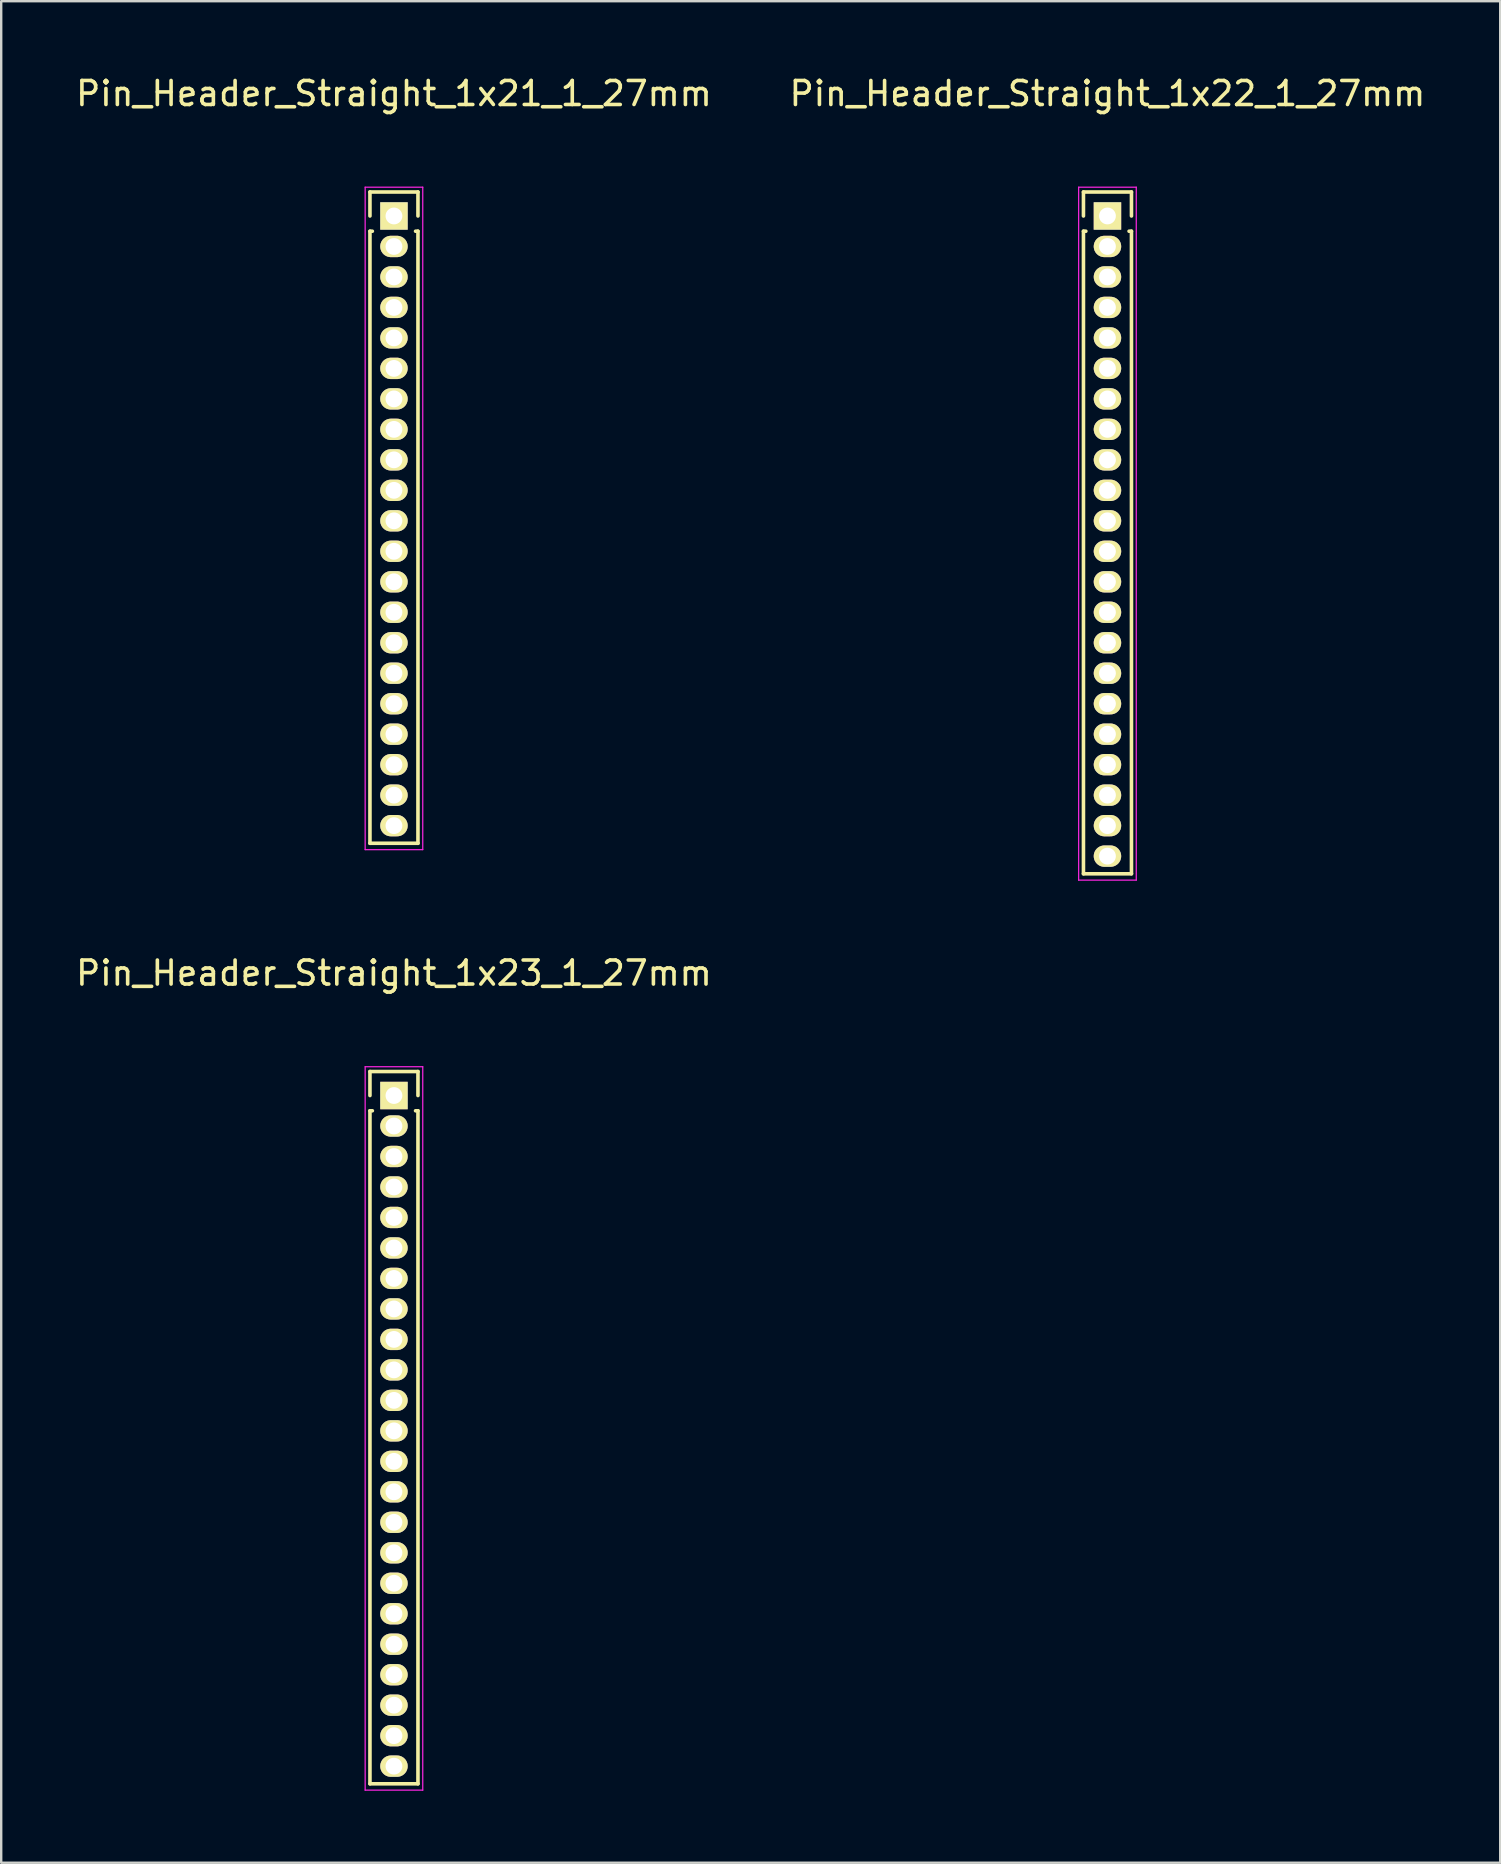
<source format=kicad_pcb>
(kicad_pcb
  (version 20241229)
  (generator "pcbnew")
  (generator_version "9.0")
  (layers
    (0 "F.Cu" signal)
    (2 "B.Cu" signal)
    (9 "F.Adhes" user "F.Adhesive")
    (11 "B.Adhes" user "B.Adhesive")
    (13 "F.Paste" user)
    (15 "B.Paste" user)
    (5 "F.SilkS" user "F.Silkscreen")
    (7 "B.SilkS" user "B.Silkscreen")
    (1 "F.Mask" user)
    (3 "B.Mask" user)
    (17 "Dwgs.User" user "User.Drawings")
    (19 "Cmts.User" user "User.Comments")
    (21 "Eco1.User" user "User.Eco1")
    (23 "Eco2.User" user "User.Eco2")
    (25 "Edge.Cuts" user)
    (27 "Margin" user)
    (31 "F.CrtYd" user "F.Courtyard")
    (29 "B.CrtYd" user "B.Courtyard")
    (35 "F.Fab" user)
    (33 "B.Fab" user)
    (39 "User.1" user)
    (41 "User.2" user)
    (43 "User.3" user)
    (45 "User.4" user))
  (footprint "Pin_Header_Straight_1x22_1_27mm"
    (layer "F.Cu")
    (at 43.089 5.948)
    (property "Reference" "Pin_Header_Straight_1x22_1_27mm" (at 0 -5.1 0) (layer "F.SilkS") (effects (font (size 1 1) (thickness 0.15))))
    (attr through_hole)
    (fp_line (start -1 -1) (end 1 -1) (stroke (width 0.15) (type solid)) (layer "F.SilkS"))
    (fp_line (start -1 0) (end -1 -1) (stroke (width 0.15) (type solid)) (layer "F.SilkS"))
    (fp_line (start -1 0.635) (end -1 27.405) (stroke (width 0.15) (type solid)) (layer "F.SilkS"))
    (fp_line (start -1 27.405) (end 1 27.405) (stroke (width 0.15) (type solid)) (layer "F.SilkS"))
    (fp_line (start -0.9 0.635) (end -1 0.635) (stroke (width 0.15) (type solid)) (layer "F.SilkS"))
    (fp_line (start 0.9 0.635) (end 1 0.635) (stroke (width 0.15) (type solid)) (layer "F.SilkS"))
    (fp_line (start 1 -1) (end 1 0) (stroke (width 0.15) (type solid)) (layer "F.SilkS"))
    (fp_line (start 1 0.635) (end 1 27.405) (stroke (width 0.15) (type solid)) (layer "F.SilkS"))
    (fp_line (start -1.2 -1.2) (end -1.2 27.67) (stroke (width 0.05) (type solid)) (layer "F.CrtYd"))
    (fp_line (start -1.2 -1.2) (end 1.2 -1.2) (stroke (width 0.05) (type solid)) (layer "F.CrtYd"))
    (fp_line (start -1.2 27.67) (end 1.2 27.67) (stroke (width 0.05) (type solid)) (layer "F.CrtYd"))
    (fp_line (start 1.2 -1.2) (end 1.2 27.67) (stroke (width 0.05) (type solid)) (layer "F.CrtYd"))
    (pad "1" thru_hole rect (at 0 0) (size 1.143 1.143) (drill 0.7) (layers "*.Cu" "*.Mask" "F.SilkS"))
    (pad "2" thru_hole oval (at 0 1.27) (size 1.143 0.889) (drill 0.7) (layers "*.Cu" "*.Mask" "F.SilkS"))
    (pad "3" thru_hole oval (at 0 2.54) (size 1.143 0.889) (drill 0.7) (layers "*.Cu" "*.Mask" "F.SilkS"))
    (pad "4" thru_hole oval (at 0 3.81) (size 1.143 0.889) (drill 0.7) (layers "*.Cu" "*.Mask" "F.SilkS"))
    (pad "5" thru_hole oval (at 0 5.08) (size 1.143 0.889) (drill 0.7) (layers "*.Cu" "*.Mask" "F.SilkS"))
    (pad "6" thru_hole oval (at 0 6.35) (size 1.143 0.889) (drill 0.7) (layers "*.Cu" "*.Mask" "F.SilkS"))
    (pad "7" thru_hole oval (at 0 7.62) (size 1.143 0.889) (drill 0.7) (layers "*.Cu" "*.Mask" "F.SilkS"))
    (pad "8" thru_hole oval (at 0 8.89) (size 1.143 0.889) (drill 0.7) (layers "*.Cu" "*.Mask" "F.SilkS"))
    (pad "9" thru_hole oval (at 0 10.16) (size 1.143 0.889) (drill 0.7) (layers "*.Cu" "*.Mask" "F.SilkS"))
    (pad "10" thru_hole oval (at 0 11.43) (size 1.143 0.889) (drill 0.7) (layers "*.Cu" "*.Mask" "F.SilkS"))
    (pad "11" thru_hole oval (at 0 12.7) (size 1.143 0.889) (drill 0.7) (layers "*.Cu" "*.Mask" "F.SilkS"))
    (pad "12" thru_hole oval (at 0 13.97) (size 1.143 0.889) (drill 0.7) (layers "*.Cu" "*.Mask" "F.SilkS"))
    (pad "13" thru_hole oval (at 0 15.24) (size 1.143 0.889) (drill 0.7) (layers "*.Cu" "*.Mask" "F.SilkS"))
    (pad "14" thru_hole oval (at 0 16.51) (size 1.143 0.889) (drill 0.7) (layers "*.Cu" "*.Mask" "F.SilkS"))
    (pad "15" thru_hole oval (at 0 17.78) (size 1.143 0.889) (drill 0.7) (layers "*.Cu" "*.Mask" "F.SilkS"))
    (pad "16" thru_hole oval (at 0 19.05) (size 1.143 0.889) (drill 0.7) (layers "*.Cu" "*.Mask" "F.SilkS"))
    (pad "17" thru_hole oval (at 0 20.32) (size 1.143 0.889) (drill 0.7) (layers "*.Cu" "*.Mask" "F.SilkS"))
    (pad "18" thru_hole oval (at 0 21.59) (size 1.143 0.889) (drill 0.7) (layers "*.Cu" "*.Mask" "F.SilkS"))
    (pad "19" thru_hole oval (at 0 22.86) (size 1.143 0.889) (drill 0.7) (layers "*.Cu" "*.Mask" "F.SilkS"))
    (pad "20" thru_hole oval (at 0 24.13) (size 1.143 0.889) (drill 0.7) (layers "*.Cu" "*.Mask" "F.SilkS"))
    (pad "21" thru_hole oval (at 0 25.4) (size 1.143 0.889) (drill 0.7) (layers "*.Cu" "*.Mask" "F.SilkS"))
    (pad "22" thru_hole oval (at 0 26.67) (size 1.143 0.889) (drill 0.7) (layers "*.Cu" "*.Mask" "F.SilkS")))
  (footprint "Pin_Header_Straight_1x21_1_27mm"
    (layer "F.Cu")
    (at 13.363 5.948)
    (property "Reference" "Pin_Header_Straight_1x21_1_27mm" (at 0 -5.1 0) (layer "F.SilkS") (effects (font (size 1 1) (thickness 0.15))))
    (attr through_hole)
    (fp_line (start -1 -1) (end 1 -1) (stroke (width 0.15) (type solid)) (layer "F.SilkS"))
    (fp_line (start -1 0) (end -1 -1) (stroke (width 0.15) (type solid)) (layer "F.SilkS"))
    (fp_line (start -1 0.635) (end -1 26.135) (stroke (width 0.15) (type solid)) (layer "F.SilkS"))
    (fp_line (start -1 26.135) (end 1 26.135) (stroke (width 0.15) (type solid)) (layer "F.SilkS"))
    (fp_line (start -0.9 0.635) (end -1 0.635) (stroke (width 0.15) (type solid)) (layer "F.SilkS"))
    (fp_line (start 0.9 0.635) (end 1 0.635) (stroke (width 0.15) (type solid)) (layer "F.SilkS"))
    (fp_line (start 1 -1) (end 1 0) (stroke (width 0.15) (type solid)) (layer "F.SilkS"))
    (fp_line (start 1 0.635) (end 1 26.135) (stroke (width 0.15) (type solid)) (layer "F.SilkS"))
    (fp_line (start -1.2 -1.2) (end -1.2 26.4) (stroke (width 0.05) (type solid)) (layer "F.CrtYd"))
    (fp_line (start -1.2 -1.2) (end 1.2 -1.2) (stroke (width 0.05) (type solid)) (layer "F.CrtYd"))
    (fp_line (start -1.2 26.4) (end 1.2 26.4) (stroke (width 0.05) (type solid)) (layer "F.CrtYd"))
    (fp_line (start 1.2 -1.2) (end 1.2 26.4) (stroke (width 0.05) (type solid)) (layer "F.CrtYd"))
    (pad "1" thru_hole rect (at 0 0) (size 1.143 1.143) (drill 0.7) (layers "*.Cu" "*.Mask" "F.SilkS"))
    (pad "2" thru_hole oval (at 0 1.27) (size 1.143 0.889) (drill 0.7) (layers "*.Cu" "*.Mask" "F.SilkS"))
    (pad "3" thru_hole oval (at 0 2.54) (size 1.143 0.889) (drill 0.7) (layers "*.Cu" "*.Mask" "F.SilkS"))
    (pad "4" thru_hole oval (at 0 3.81) (size 1.143 0.889) (drill 0.7) (layers "*.Cu" "*.Mask" "F.SilkS"))
    (pad "5" thru_hole oval (at 0 5.08) (size 1.143 0.889) (drill 0.7) (layers "*.Cu" "*.Mask" "F.SilkS"))
    (pad "6" thru_hole oval (at 0 6.35) (size 1.143 0.889) (drill 0.7) (layers "*.Cu" "*.Mask" "F.SilkS"))
    (pad "7" thru_hole oval (at 0 7.62) (size 1.143 0.889) (drill 0.7) (layers "*.Cu" "*.Mask" "F.SilkS"))
    (pad "8" thru_hole oval (at 0 8.89) (size 1.143 0.889) (drill 0.7) (layers "*.Cu" "*.Mask" "F.SilkS"))
    (pad "9" thru_hole oval (at 0 10.16) (size 1.143 0.889) (drill 0.7) (layers "*.Cu" "*.Mask" "F.SilkS"))
    (pad "10" thru_hole oval (at 0 11.43) (size 1.143 0.889) (drill 0.7) (layers "*.Cu" "*.Mask" "F.SilkS"))
    (pad "11" thru_hole oval (at 0 12.7) (size 1.143 0.889) (drill 0.7) (layers "*.Cu" "*.Mask" "F.SilkS"))
    (pad "12" thru_hole oval (at 0 13.97) (size 1.143 0.889) (drill 0.7) (layers "*.Cu" "*.Mask" "F.SilkS"))
    (pad "13" thru_hole oval (at 0 15.24) (size 1.143 0.889) (drill 0.7) (layers "*.Cu" "*.Mask" "F.SilkS"))
    (pad "14" thru_hole oval (at 0 16.51) (size 1.143 0.889) (drill 0.7) (layers "*.Cu" "*.Mask" "F.SilkS"))
    (pad "15" thru_hole oval (at 0 17.78) (size 1.143 0.889) (drill 0.7) (layers "*.Cu" "*.Mask" "F.SilkS"))
    (pad "16" thru_hole oval (at 0 19.05) (size 1.143 0.889) (drill 0.7) (layers "*.Cu" "*.Mask" "F.SilkS"))
    (pad "17" thru_hole oval (at 0 20.32) (size 1.143 0.889) (drill 0.7) (layers "*.Cu" "*.Mask" "F.SilkS"))
    (pad "18" thru_hole oval (at 0 21.59) (size 1.143 0.889) (drill 0.7) (layers "*.Cu" "*.Mask" "F.SilkS"))
    (pad "19" thru_hole oval (at 0 22.86) (size 1.143 0.889) (drill 0.7) (layers "*.Cu" "*.Mask" "F.SilkS"))
    (pad "20" thru_hole oval (at 0 24.13) (size 1.143 0.889) (drill 0.7) (layers "*.Cu" "*.Mask" "F.SilkS"))
    (pad "21" thru_hole oval (at 0 25.4) (size 1.143 0.889) (drill 0.7) (layers "*.Cu" "*.Mask" "F.SilkS")))
  (footprint "Pin_Header_Straight_1x23_1_27mm"
    (layer "F.Cu")
    (at 13.363 42.592)
    (property "Reference" "Pin_Header_Straight_1x23_1_27mm" (at 0 -5.1 0) (layer "F.SilkS") (effects (font (size 1 1) (thickness 0.15))))
    (attr through_hole)
    (fp_line (start -1 -1) (end 1 -1) (stroke (width 0.15) (type solid)) (layer "F.SilkS"))
    (fp_line (start -1 0) (end -1 -1) (stroke (width 0.15) (type solid)) (layer "F.SilkS"))
    (fp_line (start -1 0.635) (end -1 28.675) (stroke (width 0.15) (type solid)) (layer "F.SilkS"))
    (fp_line (start -1 28.675) (end 1 28.675) (stroke (width 0.15) (type solid)) (layer "F.SilkS"))
    (fp_line (start -0.9 0.635) (end -1 0.635) (stroke (width 0.15) (type solid)) (layer "F.SilkS"))
    (fp_line (start 0.9 0.635) (end 1 0.635) (stroke (width 0.15) (type solid)) (layer "F.SilkS"))
    (fp_line (start 1 -1) (end 1 0) (stroke (width 0.15) (type solid)) (layer "F.SilkS"))
    (fp_line (start 1 0.635) (end 1 28.675) (stroke (width 0.15) (type solid)) (layer "F.SilkS"))
    (fp_line (start -1.2 -1.2) (end -1.2 28.94) (stroke (width 0.05) (type solid)) (layer "F.CrtYd"))
    (fp_line (start -1.2 -1.2) (end 1.2 -1.2) (stroke (width 0.05) (type solid)) (layer "F.CrtYd"))
    (fp_line (start -1.2 28.94) (end 1.2 28.94) (stroke (width 0.05) (type solid)) (layer "F.CrtYd"))
    (fp_line (start 1.2 -1.2) (end 1.2 28.94) (stroke (width 0.05) (type solid)) (layer "F.CrtYd"))
    (pad "1" thru_hole rect (at 0 0) (size 1.143 1.143) (drill 0.7) (layers "*.Cu" "*.Mask" "F.SilkS"))
    (pad "2" thru_hole oval (at 0 1.27) (size 1.143 0.889) (drill 0.7) (layers "*.Cu" "*.Mask" "F.SilkS"))
    (pad "3" thru_hole oval (at 0 2.54) (size 1.143 0.889) (drill 0.7) (layers "*.Cu" "*.Mask" "F.SilkS"))
    (pad "4" thru_hole oval (at 0 3.81) (size 1.143 0.889) (drill 0.7) (layers "*.Cu" "*.Mask" "F.SilkS"))
    (pad "5" thru_hole oval (at 0 5.08) (size 1.143 0.889) (drill 0.7) (layers "*.Cu" "*.Mask" "F.SilkS"))
    (pad "6" thru_hole oval (at 0 6.35) (size 1.143 0.889) (drill 0.7) (layers "*.Cu" "*.Mask" "F.SilkS"))
    (pad "7" thru_hole oval (at 0 7.62) (size 1.143 0.889) (drill 0.7) (layers "*.Cu" "*.Mask" "F.SilkS"))
    (pad "8" thru_hole oval (at 0 8.89) (size 1.143 0.889) (drill 0.7) (layers "*.Cu" "*.Mask" "F.SilkS"))
    (pad "9" thru_hole oval (at 0 10.16) (size 1.143 0.889) (drill 0.7) (layers "*.Cu" "*.Mask" "F.SilkS"))
    (pad "10" thru_hole oval (at 0 11.43) (size 1.143 0.889) (drill 0.7) (layers "*.Cu" "*.Mask" "F.SilkS"))
    (pad "11" thru_hole oval (at 0 12.7) (size 1.143 0.889) (drill 0.7) (layers "*.Cu" "*.Mask" "F.SilkS"))
    (pad "12" thru_hole oval (at 0 13.97) (size 1.143 0.889) (drill 0.7) (layers "*.Cu" "*.Mask" "F.SilkS"))
    (pad "13" thru_hole oval (at 0 15.24) (size 1.143 0.889) (drill 0.7) (layers "*.Cu" "*.Mask" "F.SilkS"))
    (pad "14" thru_hole oval (at 0 16.51) (size 1.143 0.889) (drill 0.7) (layers "*.Cu" "*.Mask" "F.SilkS"))
    (pad "15" thru_hole oval (at 0 17.78) (size 1.143 0.889) (drill 0.7) (layers "*.Cu" "*.Mask" "F.SilkS"))
    (pad "16" thru_hole oval (at 0 19.05) (size 1.143 0.889) (drill 0.7) (layers "*.Cu" "*.Mask" "F.SilkS"))
    (pad "17" thru_hole oval (at 0 20.32) (size 1.143 0.889) (drill 0.7) (layers "*.Cu" "*.Mask" "F.SilkS"))
    (pad "18" thru_hole oval (at 0 21.59) (size 1.143 0.889) (drill 0.7) (layers "*.Cu" "*.Mask" "F.SilkS"))
    (pad "19" thru_hole oval (at 0 22.86) (size 1.143 0.889) (drill 0.7) (layers "*.Cu" "*.Mask" "F.SilkS"))
    (pad "20" thru_hole oval (at 0 24.13) (size 1.143 0.889) (drill 0.7) (layers "*.Cu" "*.Mask" "F.SilkS"))
    (pad "21" thru_hole oval (at 0 25.4) (size 1.143 0.889) (drill 0.7) (layers "*.Cu" "*.Mask" "F.SilkS"))
    (pad "22" thru_hole oval (at 0 26.67) (size 1.143 0.889) (drill 0.7) (layers "*.Cu" "*.Mask" "F.SilkS"))
    (pad "23" thru_hole oval (at 0 27.94) (size 1.143 0.889) (drill 0.7) (layers "*.Cu" "*.Mask" "F.SilkS")))
  (gr_rect
    (start -3 -3)
    (end 59.452 74.556)
    (stroke (width 0.1) (type default))
    (fill no)
    (layer "Edge.Cuts")))
</source>
